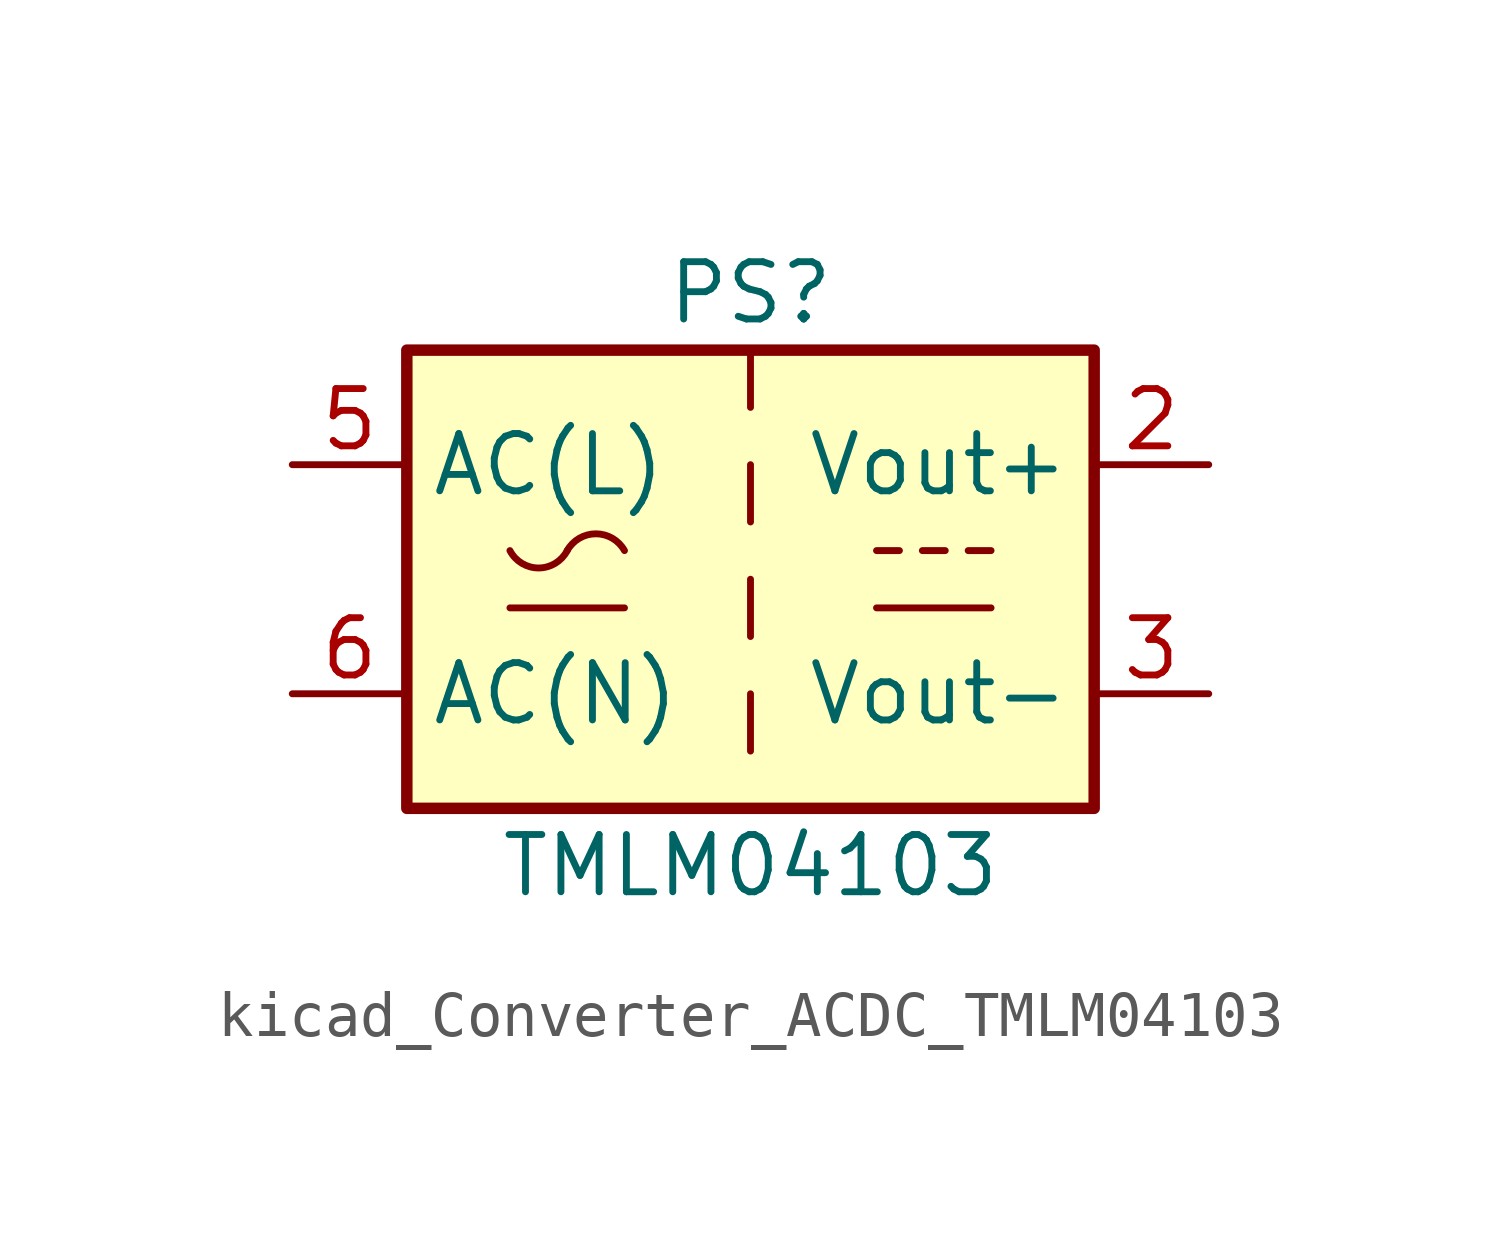
<source format=kicad_sym>
(kicad_symbol_lib
  (version 20220914)
  (generator kicad_symbol_editor)
  (symbol "kicad_Converter_ACDC_TMLM04103"
    (property "Reference" "PS"
      (at 0 6.35 0)
      (effects (font (size 1.27 1.27))))
    (property "Value" "TMLM04103"
      (at 0 -6.35 0)
      (effects (font (size 1.27 1.27))))
    (symbol "kicad_Converter_ACDC_TMLM04103_0_1"
      (rectangle (start -7.62 5.08) (end 7.62 -5.08) (stroke (width 0.254) (type default)) (fill (type background)))
      (arc (start -5.334 0.635) (mid -4.699 0.2495) (end -4.064 0.635) (stroke (width 0) (type default)) (fill (type none)))
      (arc (start -2.794 0.635) (mid -3.429 1.0072) (end -4.064 0.635) (stroke (width 0) (type default)) (fill (type none)))
      (polyline (pts (xy -5.334 -0.635) (xy -2.794 -0.635)) (stroke (width 0) (type default)) (fill (type none)))
      (polyline (pts (xy 0 -2.54) (xy 0 -3.81)) (stroke (width 0) (type default)) (fill (type none)))
      (polyline (pts (xy 0 0) (xy 0 -1.27)) (stroke (width 0) (type default)) (fill (type none)))
      (polyline (pts (xy 0 2.54) (xy 0 1.27)) (stroke (width 0) (type default)) (fill (type none)))
      (polyline (pts (xy 0 5.08) (xy 0 3.81)) (stroke (width 0) (type default)) (fill (type none)))
      (polyline (pts (xy 2.794 -0.635) (xy 5.334 -0.635)) (stroke (width 0) (type default)) (fill (type none)))
      (polyline (pts (xy 2.794 0.635) (xy 3.302 0.635)) (stroke (width 0) (type default)) (fill (type none)))
      (polyline (pts (xy 3.81 0.635) (xy 4.318 0.635)) (stroke (width 0) (type default)) (fill (type none)))
      (polyline (pts (xy 4.826 0.635) (xy 5.334 0.635)) (stroke (width 0) (type default)) (fill (type none))))
    (symbol "kicad_Converter_ACDC_TMLM04103_1_1"
      (pin power_out line (at 10.16 2.54 180) (length 2.54) (name "Vout+" (effects (font (size 1.27 1.27)))) (number "2" (effects (font (size 1.27 1.27)))))
      (pin power_out line (at 10.16 -2.54 180) (length 2.54) (name "Vout-" (effects (font (size 1.27 1.27)))) (number "3" (effects (font (size 1.27 1.27)))))
      (pin power_in line (at -10.16 2.54 0) (length 2.54) (name "AC(L)" (effects (font (size 1.27 1.27)))) (number "5" (effects (font (size 1.27 1.27)))))
      (pin power_in line (at -10.16 -2.54 0) (length 2.54) (name "AC(N)" (effects (font (size 1.27 1.27)))) (number "6" (effects (font (size 1.27 1.27))))))))
</source>
